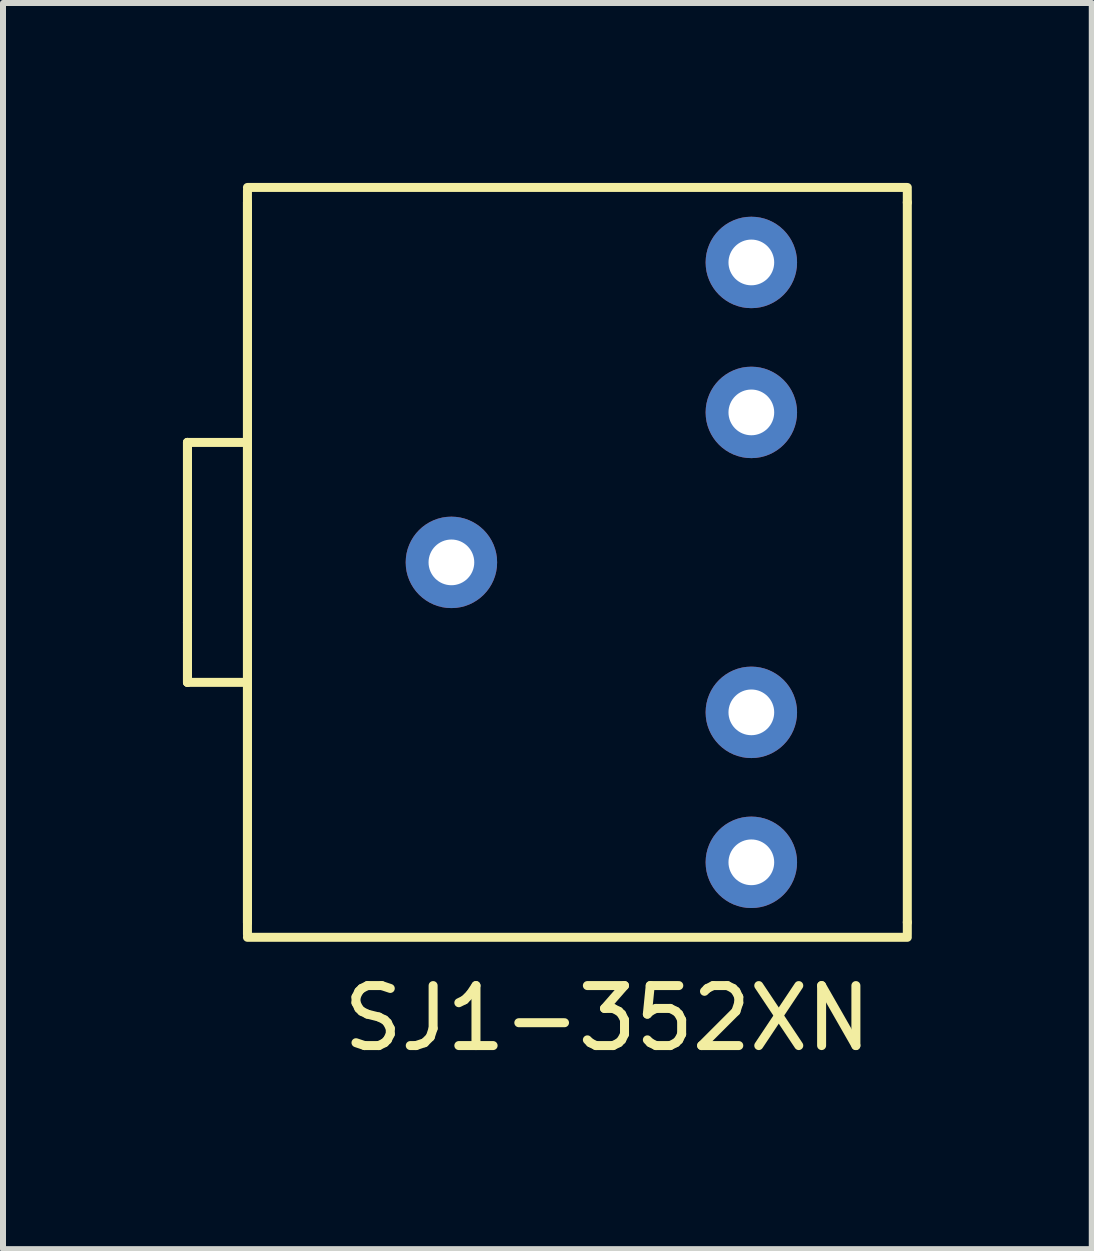
<source format=kicad_pcb>
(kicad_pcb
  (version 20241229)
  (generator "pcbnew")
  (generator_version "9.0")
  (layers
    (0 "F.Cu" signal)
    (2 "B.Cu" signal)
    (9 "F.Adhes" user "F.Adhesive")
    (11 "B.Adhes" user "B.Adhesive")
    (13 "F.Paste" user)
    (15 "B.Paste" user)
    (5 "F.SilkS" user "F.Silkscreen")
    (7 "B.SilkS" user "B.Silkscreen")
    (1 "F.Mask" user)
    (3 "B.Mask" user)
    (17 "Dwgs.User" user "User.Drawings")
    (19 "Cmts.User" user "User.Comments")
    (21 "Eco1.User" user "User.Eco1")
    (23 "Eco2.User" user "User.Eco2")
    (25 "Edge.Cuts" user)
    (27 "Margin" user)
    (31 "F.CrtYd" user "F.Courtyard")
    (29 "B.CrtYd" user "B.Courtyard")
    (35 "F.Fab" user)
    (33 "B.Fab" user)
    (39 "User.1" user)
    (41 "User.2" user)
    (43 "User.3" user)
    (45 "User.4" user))
  (footprint "SJ1-352XN"
    (layer "F.Cu")
    (at 6.475 6.325)
    (property "Reference" "SJ1-352XN" (at 0.6 7.6 0) (layer "F.SilkS") (effects (font (size 1 1) (thickness 0.15))))
    (attr through_hole)
    (fp_line (start -6.4 -2) (end -6.4 1) (stroke (width 0.15) (type solid)) (layer "F.SilkS"))
    (fp_line (start -6.4 -2) (end -5.4 -2) (stroke (width 0.15) (type solid)) (layer "F.SilkS"))
    (fp_line (start -6.4 1) (end -6.4 -2) (stroke (width 0.15) (type solid)) (layer "F.SilkS"))
    (fp_line (start -6.4 1) (end -6.4 2) (stroke (width 0.15) (type solid)) (layer "F.SilkS"))
    (fp_line (start -6.4 2) (end -6.4 1) (stroke (width 0.15) (type solid)) (layer "F.SilkS"))
    (fp_line (start -6.4 2) (end -5.4 2) (stroke (width 0.15) (type solid)) (layer "F.SilkS"))
    (fp_line (start -5.4 -6.25) (end 5.6 -6.25) (stroke (width 0.15) (type solid)) (layer "F.SilkS"))
    (fp_line (start -5.4 -6) (end -5.4 -6.2) (stroke (width 0.15) (type solid)) (layer "F.SilkS"))
    (fp_line (start -5.4 -6) (end -5.4 6) (stroke (width 0.15) (type solid)) (layer "F.SilkS"))
    (fp_line (start -5.4 6) (end -5.4 -6) (stroke (width 0.15) (type solid)) (layer "F.SilkS"))
    (fp_line (start -5.4 6) (end -5.4 6.2) (stroke (width 0.15) (type solid)) (layer "F.SilkS"))
    (fp_line (start -5.4 6.25) (end 5.6 6.25) (stroke (width 0.15) (type solid)) (layer "F.SilkS"))
    (fp_line (start 5.6 -6) (end 5.6 -6.2) (stroke (width 0.15) (type solid)) (layer "F.SilkS"))
    (fp_line (start 5.6 -6) (end 5.6 6) (stroke (width 0.15) (type solid)) (layer "F.SilkS"))
    (fp_line (start 5.6 6) (end 5.6 6.2) (stroke (width 0.15) (type solid)) (layer "F.SilkS"))
    (pad "1" thru_hole circle (at 3 5) (size 1.524 1.524) (drill 0.762) (layers "*.Cu" "*.Mask"))
    (pad "2" thru_hole circle (at 3 -5) (size 1.524 1.524) (drill 0.762) (layers "*.Cu" "*.Mask"))
    (pad "3" thru_hole circle (at -2 0) (size 1.524 1.524) (drill 0.762) (layers "*.Cu" "*.Mask"))
    (pad "4" thru_hole circle (at 3 2.5) (size 1.524 1.524) (drill 0.762) (layers "*.Cu" "*.Mask"))
    (pad "5" thru_hole circle (at 3 -2.5) (size 1.524 1.524) (drill 0.762) (layers "*.Cu" "*.Mask")))
  (gr_rect
    (start -3 -3)
    (end 15.15 17.773)
    (stroke (width 0.1) (type default))
    (fill no)
    (layer "Edge.Cuts")))
</source>
